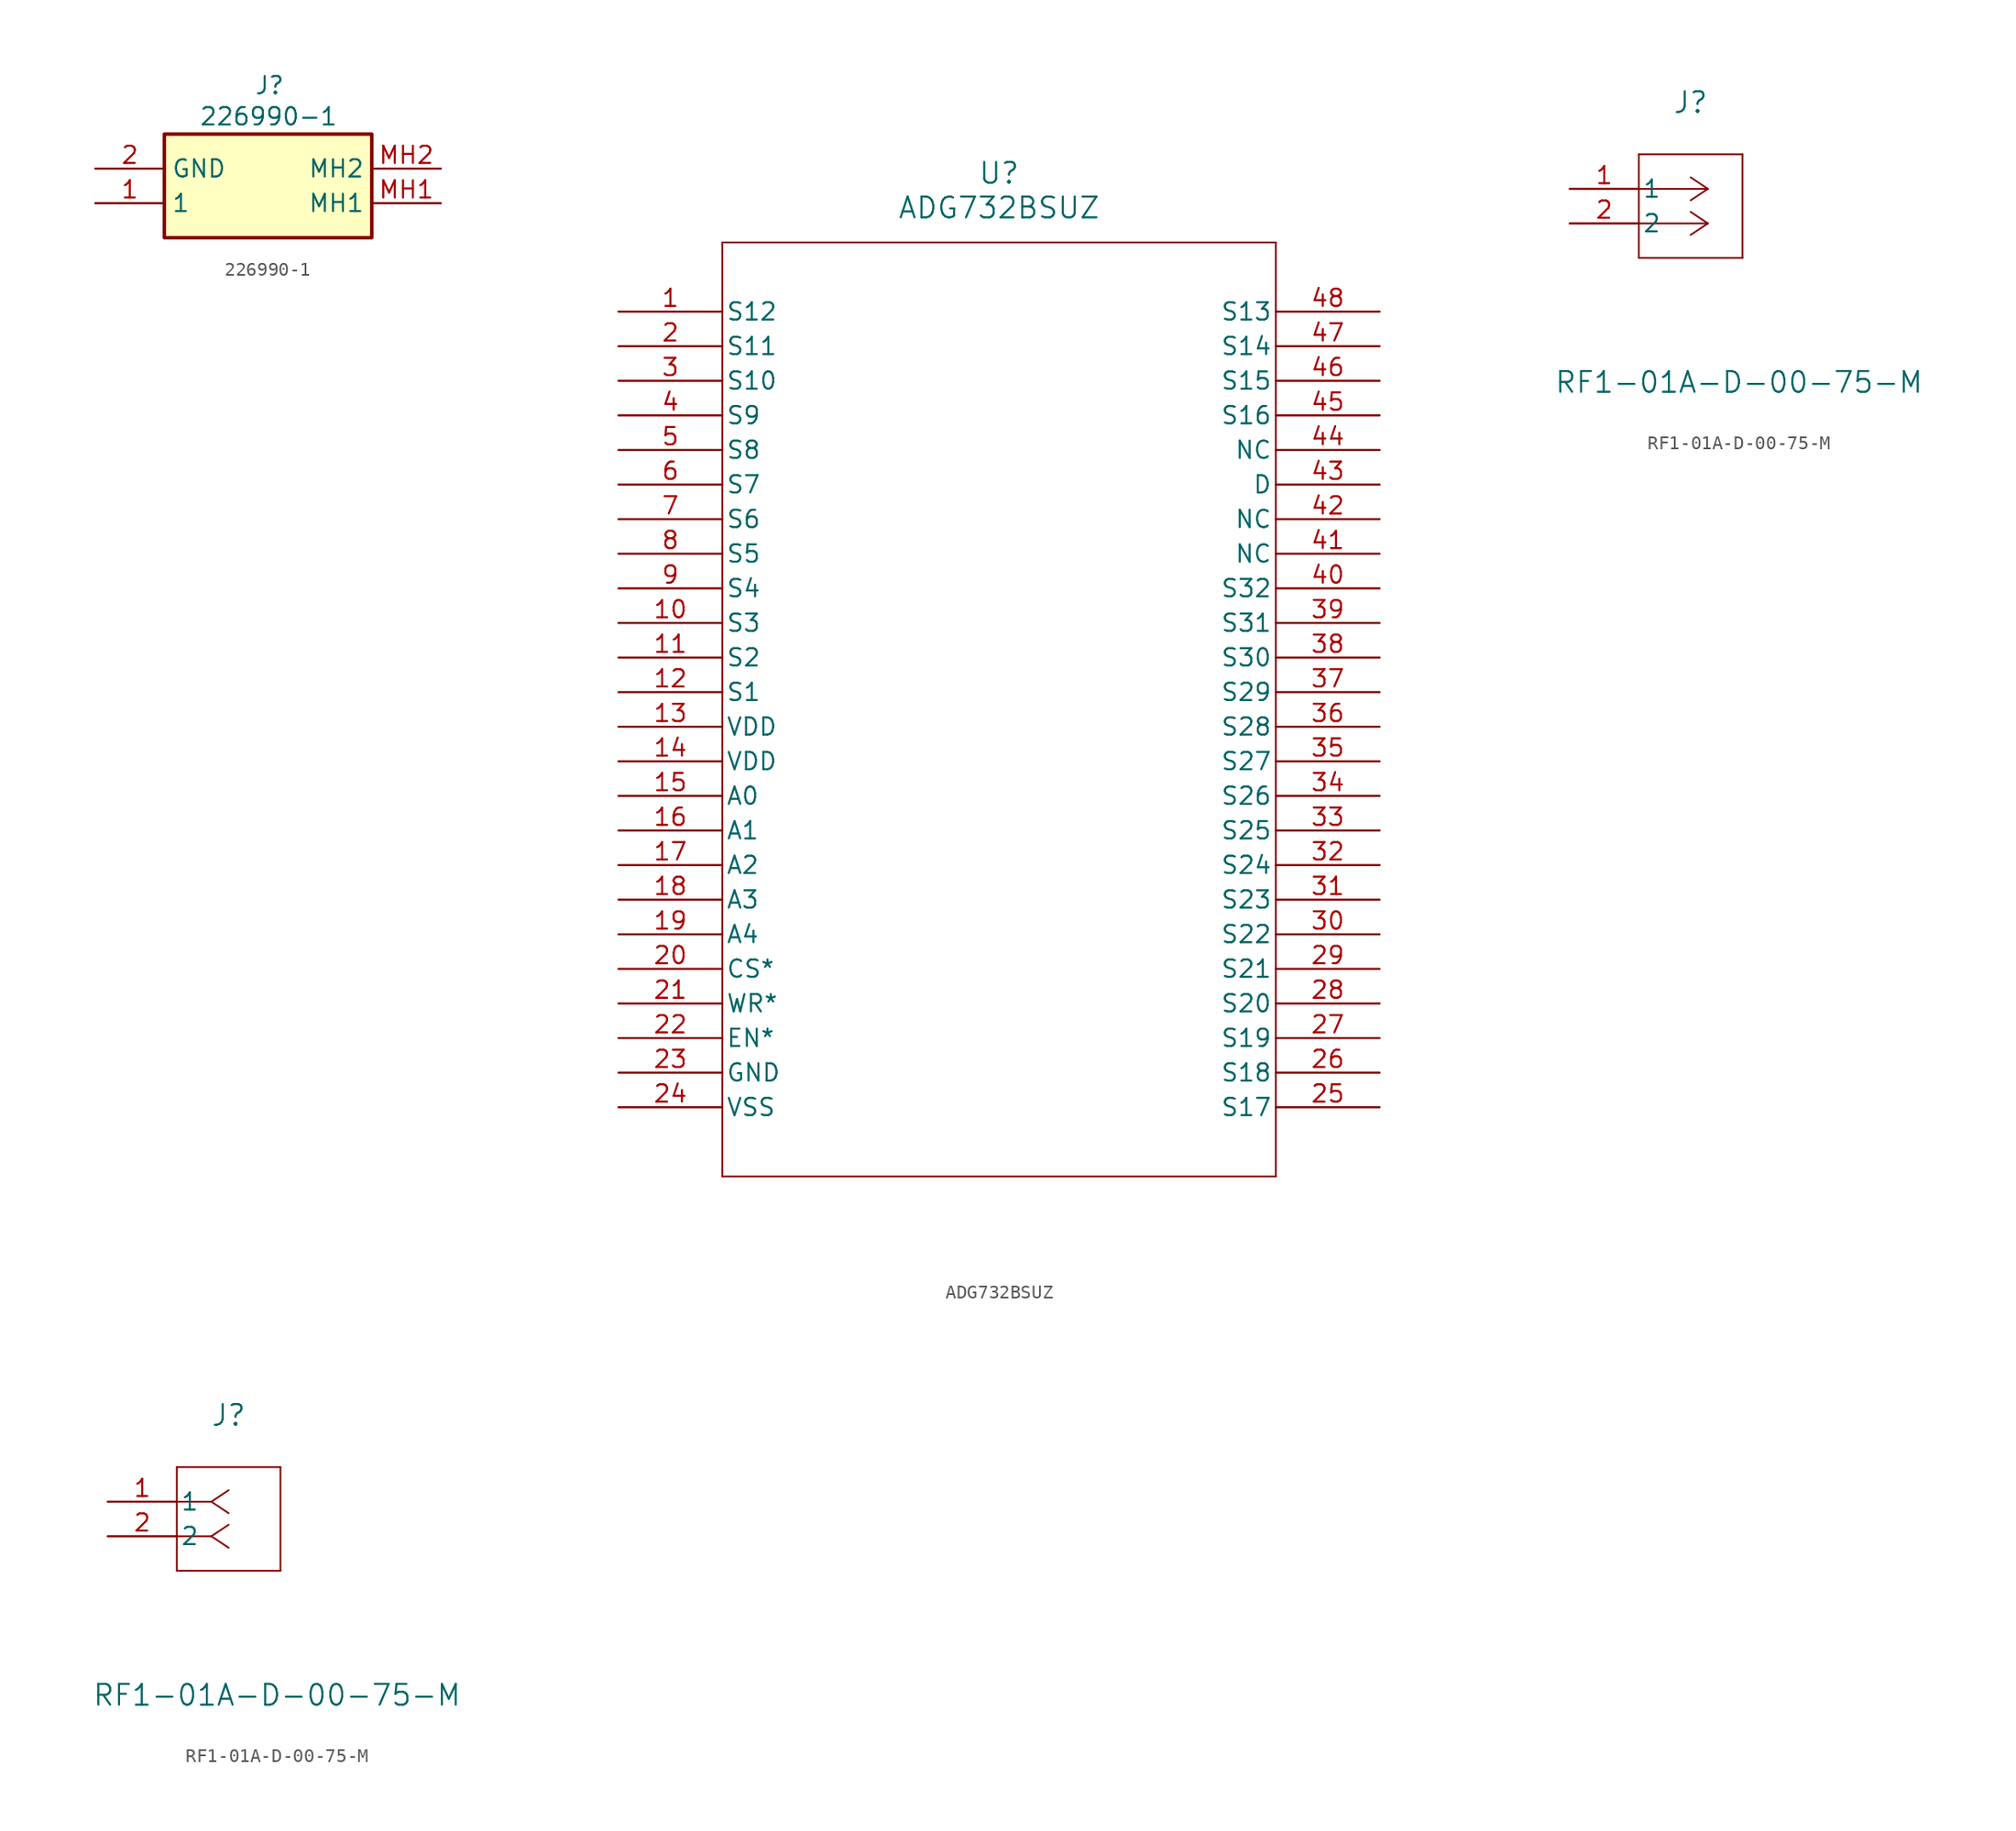
<source format=kicad_sym>
(kicad_symbol_lib
  (version 20241209)
  (generator "kicad_symbol_editor")
  (generator_version "9.0")
  (symbol "226990-1"
    (property "Reference" "J"
      (at 11.684 6.858 0)
      (effects (font (size 1.27 1.27)) (justify left top)))
    (property "Value" "226990-1"
      (at 7.62 4.572 0)
      (effects (font (size 1.27 1.27)) (justify left top)))
    (symbol "226990-1_1_1"
      (rectangle (start 5.08 2.54) (end 20.32 -5.08) (stroke (width 0.254) (type default)) (fill (type background)))
      (pin passive line (at 0 0 0) (length 5.08) (name "GND" (effects (font (size 1.27 1.27)))) (number "2" (effects (font (size 1.27 1.27)))))
      (pin passive line (at 0 -2.54 0) (length 5.08) (name "1" (effects (font (size 1.27 1.27)))) (number "1" (effects (font (size 1.27 1.27)))))
      (pin passive line (at 25.4 0 180) (length 5.08) (name "MH2" (effects (font (size 1.27 1.27)))) (number "MH2" (effects (font (size 1.27 1.27)))))
      (pin passive line (at 25.4 -2.54 180) (length 5.08) (name "MH1" (effects (font (size 1.27 1.27)))) (number "MH1" (effects (font (size 1.27 1.27)))))))
  (symbol "ADG732BSUZ"
    (pin_names
      (offset 0.254))
    (property "Reference" "U"
      (at 27.94 10.16 0)
      (effects (font (size 1.524 1.524))))
    (property "Value" "ADG732BSUZ"
      (at 27.94 7.62 0)
      (effects (font (size 1.524 1.524))))
    (property "ki_locked" ""
      (at 0 0 0)
      (effects (font (size 1.27 1.27))))
    (symbol "ADG732BSUZ_0_1"
      (polyline (pts (xy 7.62 5.08) (xy 7.62 -63.5)) (stroke (width 0.127) (type default)) (fill (type none)))
      (polyline (pts (xy 7.62 -63.5) (xy 48.26 -63.5)) (stroke (width 0.127) (type default)) (fill (type none)))
      (polyline (pts (xy 48.26 5.08) (xy 7.62 5.08)) (stroke (width 0.127) (type default)) (fill (type none)))
      (polyline (pts (xy 48.26 -63.5) (xy 48.26 5.08)) (stroke (width 0.127) (type default)) (fill (type none)))
      (pin unspecified line (at 0 0 0) (length 7.62) (name "S12" (effects (font (size 1.27 1.27)))) (number "1" (effects (font (size 1.27 1.27)))))
      (pin unspecified line (at 0 -2.54 0) (length 7.62) (name "S11" (effects (font (size 1.27 1.27)))) (number "2" (effects (font (size 1.27 1.27)))))
      (pin unspecified line (at 0 -5.08 0) (length 7.62) (name "S10" (effects (font (size 1.27 1.27)))) (number "3" (effects (font (size 1.27 1.27)))))
      (pin unspecified line (at 0 -7.62 0) (length 7.62) (name "S9" (effects (font (size 1.27 1.27)))) (number "4" (effects (font (size 1.27 1.27)))))
      (pin unspecified line (at 0 -10.16 0) (length 7.62) (name "S8" (effects (font (size 1.27 1.27)))) (number "5" (effects (font (size 1.27 1.27)))))
      (pin unspecified line (at 0 -12.7 0) (length 7.62) (name "S7" (effects (font (size 1.27 1.27)))) (number "6" (effects (font (size 1.27 1.27)))))
      (pin unspecified line (at 0 -15.24 0) (length 7.62) (name "S6" (effects (font (size 1.27 1.27)))) (number "7" (effects (font (size 1.27 1.27)))))
      (pin unspecified line (at 0 -17.78 0) (length 7.62) (name "S5" (effects (font (size 1.27 1.27)))) (number "8" (effects (font (size 1.27 1.27)))))
      (pin unspecified line (at 0 -20.32 0) (length 7.62) (name "S4" (effects (font (size 1.27 1.27)))) (number "9" (effects (font (size 1.27 1.27)))))
      (pin unspecified line (at 0 -22.86 0) (length 7.62) (name "S3" (effects (font (size 1.27 1.27)))) (number "10" (effects (font (size 1.27 1.27)))))
      (pin unspecified line (at 0 -25.4 0) (length 7.62) (name "S2" (effects (font (size 1.27 1.27)))) (number "11" (effects (font (size 1.27 1.27)))))
      (pin unspecified line (at 0 -27.94 0) (length 7.62) (name "S1" (effects (font (size 1.27 1.27)))) (number "12" (effects (font (size 1.27 1.27)))))
      (pin power_in line (at 0 -30.48 0) (length 7.62) (name "VDD" (effects (font (size 1.27 1.27)))) (number "13" (effects (font (size 1.27 1.27)))))
      (pin power_in line (at 0 -33.02 0) (length 7.62) (name "VDD" (effects (font (size 1.27 1.27)))) (number "14" (effects (font (size 1.27 1.27)))))
      (pin unspecified line (at 0 -35.56 0) (length 7.62) (name "A0" (effects (font (size 1.27 1.27)))) (number "15" (effects (font (size 1.27 1.27)))))
      (pin unspecified line (at 0 -38.1 0) (length 7.62) (name "A1" (effects (font (size 1.27 1.27)))) (number "16" (effects (font (size 1.27 1.27)))))
      (pin unspecified line (at 0 -40.64 0) (length 7.62) (name "A2" (effects (font (size 1.27 1.27)))) (number "17" (effects (font (size 1.27 1.27)))))
      (pin unspecified line (at 0 -43.18 0) (length 7.62) (name "A3" (effects (font (size 1.27 1.27)))) (number "18" (effects (font (size 1.27 1.27)))))
      (pin unspecified line (at 0 -45.72 0) (length 7.62) (name "A4" (effects (font (size 1.27 1.27)))) (number "19" (effects (font (size 1.27 1.27)))))
      (pin unspecified line (at 0 -48.26 0) (length 7.62) (name "CS*" (effects (font (size 1.27 1.27)))) (number "20" (effects (font (size 1.27 1.27)))))
      (pin unspecified line (at 0 -50.8 0) (length 7.62) (name "WR*" (effects (font (size 1.27 1.27)))) (number "21" (effects (font (size 1.27 1.27)))))
      (pin unspecified line (at 0 -53.34 0) (length 7.62) (name "EN*" (effects (font (size 1.27 1.27)))) (number "22" (effects (font (size 1.27 1.27)))))
      (pin unspecified line (at 0 -55.88 0) (length 7.62) (name "GND" (effects (font (size 1.27 1.27)))) (number "23" (effects (font (size 1.27 1.27)))))
      (pin power_in line (at 0 -58.42 0) (length 7.62) (name "VSS" (effects (font (size 1.27 1.27)))) (number "24" (effects (font (size 1.27 1.27)))))
      (pin unspecified line (at 55.88 0 180) (length 7.62) (name "S13" (effects (font (size 1.27 1.27)))) (number "48" (effects (font (size 1.27 1.27)))))
      (pin unspecified line (at 55.88 -2.54 180) (length 7.62) (name "S14" (effects (font (size 1.27 1.27)))) (number "47" (effects (font (size 1.27 1.27)))))
      (pin unspecified line (at 55.88 -5.08 180) (length 7.62) (name "S15" (effects (font (size 1.27 1.27)))) (number "46" (effects (font (size 1.27 1.27)))))
      (pin unspecified line (at 55.88 -7.62 180) (length 7.62) (name "S16" (effects (font (size 1.27 1.27)))) (number "45" (effects (font (size 1.27 1.27)))))
      (pin unspecified line (at 55.88 -10.16 180) (length 7.62) (name "NC" (effects (font (size 1.27 1.27)))) (number "44" (effects (font (size 1.27 1.27)))))
      (pin unspecified line (at 55.88 -12.7 180) (length 7.62) (name "D" (effects (font (size 1.27 1.27)))) (number "43" (effects (font (size 1.27 1.27)))))
      (pin unspecified line (at 55.88 -15.24 180) (length 7.62) (name "NC" (effects (font (size 1.27 1.27)))) (number "42" (effects (font (size 1.27 1.27)))))
      (pin unspecified line (at 55.88 -17.78 180) (length 7.62) (name "NC" (effects (font (size 1.27 1.27)))) (number "41" (effects (font (size 1.27 1.27)))))
      (pin unspecified line (at 55.88 -20.32 180) (length 7.62) (name "S32" (effects (font (size 1.27 1.27)))) (number "40" (effects (font (size 1.27 1.27)))))
      (pin unspecified line (at 55.88 -22.86 180) (length 7.62) (name "S31" (effects (font (size 1.27 1.27)))) (number "39" (effects (font (size 1.27 1.27)))))
      (pin unspecified line (at 55.88 -25.4 180) (length 7.62) (name "S30" (effects (font (size 1.27 1.27)))) (number "38" (effects (font (size 1.27 1.27)))))
      (pin unspecified line (at 55.88 -27.94 180) (length 7.62) (name "S29" (effects (font (size 1.27 1.27)))) (number "37" (effects (font (size 1.27 1.27)))))
      (pin unspecified line (at 55.88 -30.48 180) (length 7.62) (name "S28" (effects (font (size 1.27 1.27)))) (number "36" (effects (font (size 1.27 1.27)))))
      (pin unspecified line (at 55.88 -33.02 180) (length 7.62) (name "S27" (effects (font (size 1.27 1.27)))) (number "35" (effects (font (size 1.27 1.27)))))
      (pin unspecified line (at 55.88 -35.56 180) (length 7.62) (name "S26" (effects (font (size 1.27 1.27)))) (number "34" (effects (font (size 1.27 1.27)))))
      (pin unspecified line (at 55.88 -38.1 180) (length 7.62) (name "S25" (effects (font (size 1.27 1.27)))) (number "33" (effects (font (size 1.27 1.27)))))
      (pin unspecified line (at 55.88 -40.64 180) (length 7.62) (name "S24" (effects (font (size 1.27 1.27)))) (number "32" (effects (font (size 1.27 1.27)))))
      (pin unspecified line (at 55.88 -43.18 180) (length 7.62) (name "S23" (effects (font (size 1.27 1.27)))) (number "31" (effects (font (size 1.27 1.27)))))
      (pin unspecified line (at 55.88 -45.72 180) (length 7.62) (name "S22" (effects (font (size 1.27 1.27)))) (number "30" (effects (font (size 1.27 1.27)))))
      (pin unspecified line (at 55.88 -48.26 180) (length 7.62) (name "S21" (effects (font (size 1.27 1.27)))) (number "29" (effects (font (size 1.27 1.27)))))
      (pin unspecified line (at 55.88 -50.8 180) (length 7.62) (name "S20" (effects (font (size 1.27 1.27)))) (number "28" (effects (font (size 1.27 1.27)))))
      (pin unspecified line (at 55.88 -53.34 180) (length 7.62) (name "S19" (effects (font (size 1.27 1.27)))) (number "27" (effects (font (size 1.27 1.27)))))
      (pin unspecified line (at 55.88 -55.88 180) (length 7.62) (name "S18" (effects (font (size 1.27 1.27)))) (number "26" (effects (font (size 1.27 1.27)))))
      (pin unspecified line (at 55.88 -58.42 180) (length 7.62) (name "S17" (effects (font (size 1.27 1.27)))) (number "25" (effects (font (size 1.27 1.27)))))))
  (symbol "RF1-01A-D-00-75-M"
    (pin_names
      (offset 0.254))
    (property "Reference" "J"
      (at 8.89 6.35 0)
      (effects (font (size 1.524 1.524))))
    (property "Value" "RF1-01A-D-00-75-M"
      (at 12.446 -14.224 0)
      (effects (font (size 1.524 1.524))))
    (property "ki_locked" ""
      (at 0 0 0)
      (effects (font (size 1.27 1.27))))
    (symbol "RF1-01A-D-00-75-M_1_1"
      (polyline (pts (xy 5.08 2.54) (xy 5.08 -5.08)) (stroke (width 0.127) (type default)) (fill (type none)))
      (polyline (pts (xy 5.08 -5.08) (xy 12.7 -5.08)) (stroke (width 0.127) (type default)) (fill (type none)))
      (polyline (pts (xy 10.16 0) (xy 5.08 0)) (stroke (width 0.127) (type default)) (fill (type none)))
      (polyline (pts (xy 10.16 0) (xy 8.89 0.847)) (stroke (width 0.127) (type default)) (fill (type none)))
      (polyline (pts (xy 10.16 0) (xy 8.89 -0.847)) (stroke (width 0.127) (type default)) (fill (type none)))
      (polyline (pts (xy 10.16 -2.54) (xy 5.08 -2.54)) (stroke (width 0.127) (type default)) (fill (type none)))
      (polyline (pts (xy 10.16 -2.54) (xy 8.89 -1.693)) (stroke (width 0.127) (type default)) (fill (type none)))
      (polyline (pts (xy 10.16 -2.54) (xy 8.89 -3.387)) (stroke (width 0.127) (type default)) (fill (type none)))
      (polyline (pts (xy 12.7 2.54) (xy 5.08 2.54)) (stroke (width 0.127) (type default)) (fill (type none)))
      (polyline (pts (xy 12.7 -5.08) (xy 12.7 2.54)) (stroke (width 0.127) (type default)) (fill (type none)))
      (pin unspecified line (at 0 0 0) (length 5.08) (name "1" (effects (font (size 1.27 1.27)))) (number "1" (effects (font (size 1.27 1.27)))))
      (pin unspecified line (at 0 -2.54 0) (length 5.08) (name "2" (effects (font (size 1.27 1.27)))) (number "2" (effects (font (size 1.27 1.27))))))
    (symbol "RF1-01A-D-00-75-M_1_2"
      (polyline (pts (xy 5.08 2.54) (xy 5.08 -5.08)) (stroke (width 0.127) (type default)) (fill (type none)))
      (polyline (pts (xy 5.08 -5.08) (xy 12.7 -5.08)) (stroke (width 0.127) (type default)) (fill (type none)))
      (polyline (pts (xy 7.62 0) (xy 5.08 0)) (stroke (width 0.127) (type default)) (fill (type none)))
      (polyline (pts (xy 7.62 0) (xy 8.89 0.847)) (stroke (width 0.127) (type default)) (fill (type none)))
      (polyline (pts (xy 7.62 0) (xy 8.89 -0.847)) (stroke (width 0.127) (type default)) (fill (type none)))
      (polyline (pts (xy 7.62 -2.54) (xy 5.08 -2.54)) (stroke (width 0.127) (type default)) (fill (type none)))
      (polyline (pts (xy 7.62 -2.54) (xy 8.89 -1.693)) (stroke (width 0.127) (type default)) (fill (type none)))
      (polyline (pts (xy 7.62 -2.54) (xy 8.89 -3.387)) (stroke (width 0.127) (type default)) (fill (type none)))
      (polyline (pts (xy 12.7 2.54) (xy 5.08 2.54)) (stroke (width 0.127) (type default)) (fill (type none)))
      (polyline (pts (xy 12.7 -5.08) (xy 12.7 2.54)) (stroke (width 0.127) (type default)) (fill (type none)))
      (pin unspecified line (at 0 0 0) (length 5.08) (name "1" (effects (font (size 1.27 1.27)))) (number "1" (effects (font (size 1.27 1.27)))))
      (pin unspecified line (at 0 -2.54 0) (length 5.08) (name "2" (effects (font (size 1.27 1.27)))) (number "2" (effects (font (size 1.27 1.27))))))))
</source>
